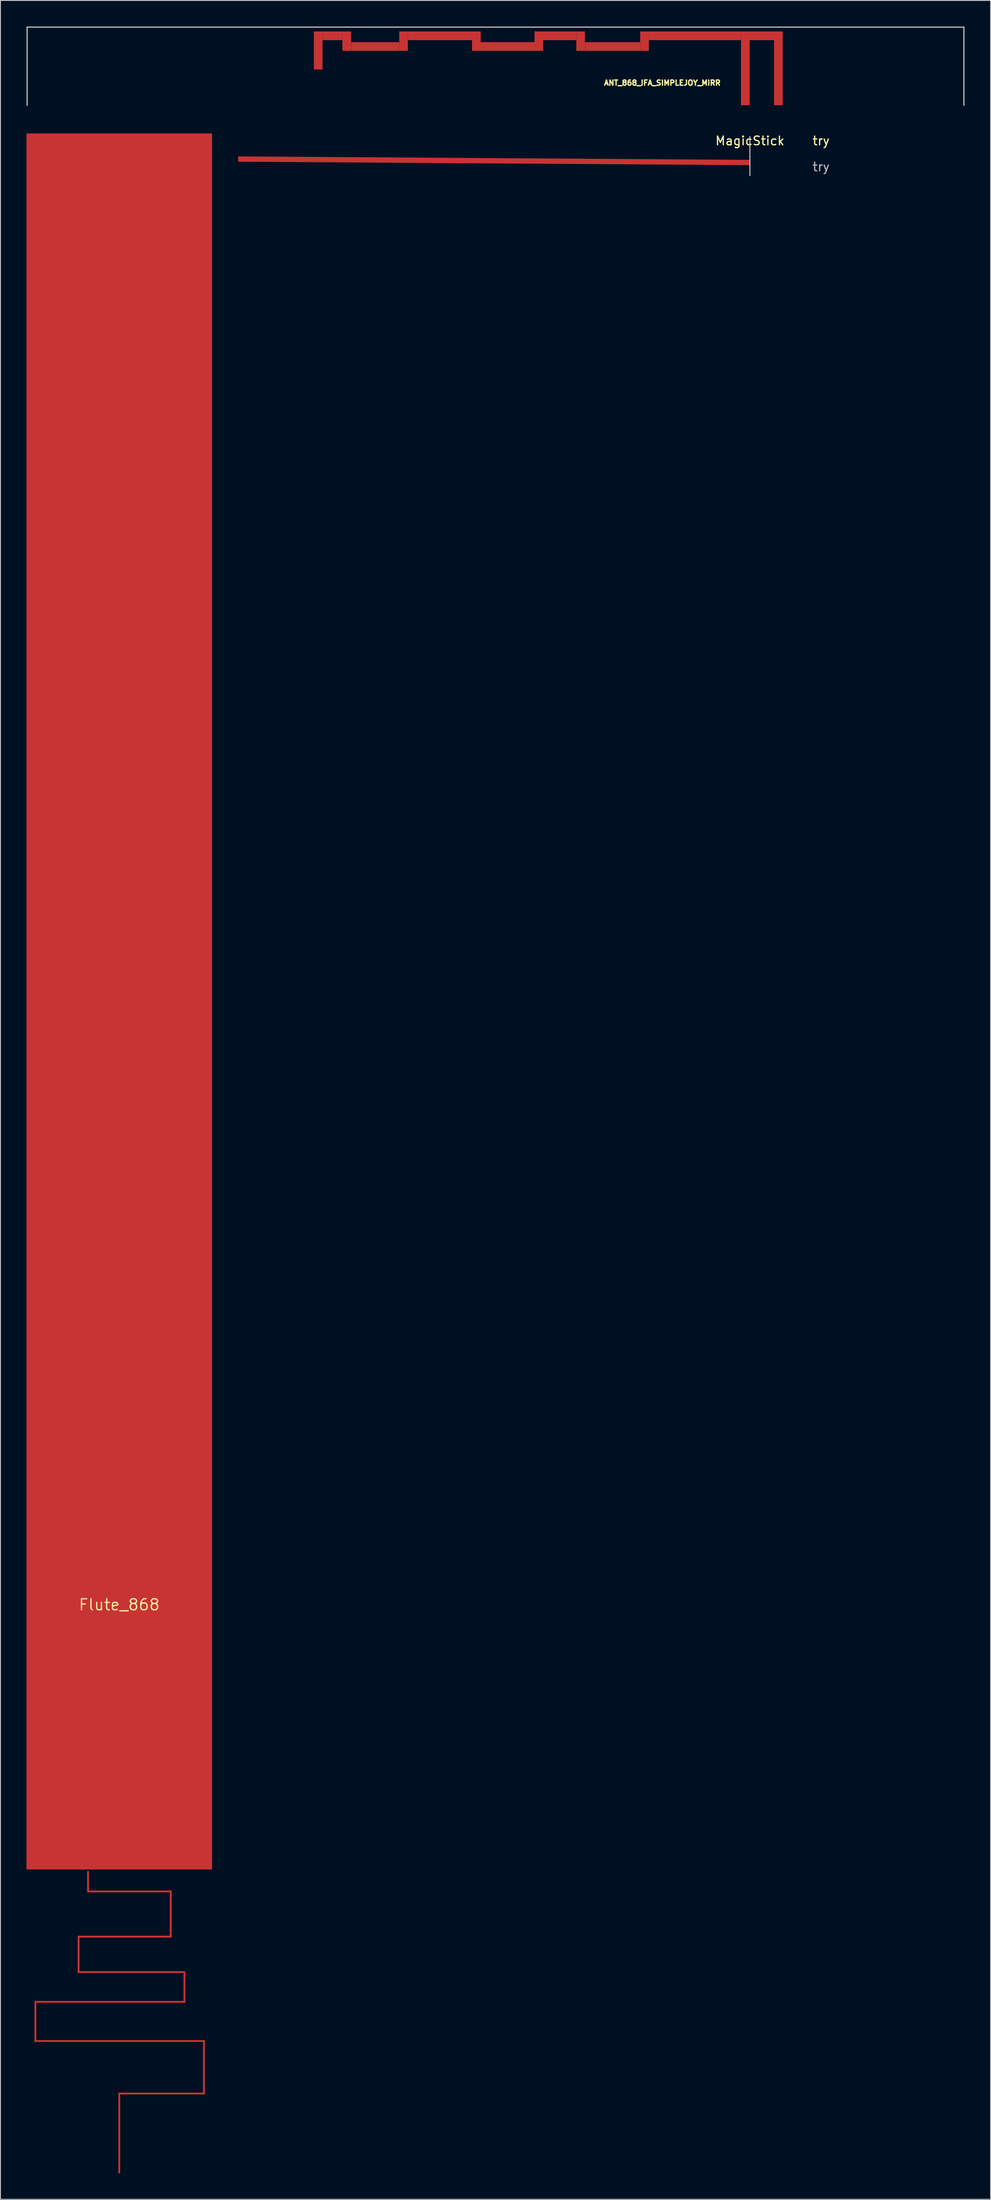
<source format=kicad_pcb>
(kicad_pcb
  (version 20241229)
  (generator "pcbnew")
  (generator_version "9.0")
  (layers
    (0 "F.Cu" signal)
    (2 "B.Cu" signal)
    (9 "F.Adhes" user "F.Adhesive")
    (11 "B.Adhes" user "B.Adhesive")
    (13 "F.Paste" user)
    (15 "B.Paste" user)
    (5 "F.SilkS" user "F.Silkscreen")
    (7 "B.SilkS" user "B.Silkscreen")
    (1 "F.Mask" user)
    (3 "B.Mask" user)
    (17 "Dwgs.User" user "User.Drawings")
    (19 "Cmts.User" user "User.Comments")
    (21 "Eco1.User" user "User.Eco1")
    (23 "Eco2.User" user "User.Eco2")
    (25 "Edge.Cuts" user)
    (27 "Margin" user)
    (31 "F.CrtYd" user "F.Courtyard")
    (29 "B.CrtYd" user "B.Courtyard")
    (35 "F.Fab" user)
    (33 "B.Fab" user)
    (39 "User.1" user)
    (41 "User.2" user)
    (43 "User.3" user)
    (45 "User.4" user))
  (footprint "ANT_868_IFA_SIMPLEJOY_MIRR"
    (layer "F.Cu")
    (at 82.875 9.075)
    (property "Reference" "ANT_868_IFA_SIMPLEJOY_MIRR" (at -9.57 -2.58 0) (layer "F.SilkS") (effects (font (size 0.6 0.6) (thickness 0.15))))
    (attr through_hole)
    (fp_line (start 3.8 -8) (end 0 -8) (stroke (width 1) (type solid)) (layer "F.Cu"))
    (fp_line (start -82.8 -9) (end -82.8 0) (stroke (width 0.15) (type solid)) (layer "F.Fab"))
    (fp_line (start 25.2 -9) (end -82.8 -9) (stroke (width 0.15) (type solid)) (layer "F.Fab"))
    (fp_line (start 25.2 0) (end 25.2 -9) (stroke (width 0.15) (type solid)) (layer "F.Fab"))
    (pad "1" smd rect (at -49.24 -6.31 270) (size 4.38 1) (layers "F.Cu"))
    (pad "1" smd rect (at -47.595 -8 270) (size 1 2.29) (layers "F.Cu"))
    (pad "1" smd rect (at -45.95 -7.385 270) (size 2.23 1) (layers "F.Cu"))
    (pad "1" smd rect (at -42.67 -6.77 270) (size 1 5.54) (layers "F.Cu"))
    (pad "1" smd rect (at -39.4 -7.385 270) (size 2.23 1) (layers "F.Cu"))
    (pad "1" smd rect (at -35.205 -8 270) (size 1 7.39) (layers "F.Cu"))
    (pad "1" smd rect (at -31.01 -7.385 270) (size 2.23 1) (layers "F.Cu"))
    (pad "1" smd rect (at -27.405 -6.77 270) (size 1 6.21) (layers "F.Cu"))
    (pad "1" smd rect (at -23.8 -7.385 270) (size 2.23 1) (layers "F.Cu"))
    (pad "1" smd rect (at -21.395 -8 270) (size 1 3.81) (layers "F.Cu"))
    (pad "1" smd rect (at -18.99 -7.385 270) (size 2.23 1) (layers "F.Cu"))
    (pad "1" smd rect (at -15.305 -6.77 270) (size 1 6.37) (layers "F.Cu"))
    (pad "1" smd rect (at -11.62 -7.385 270) (size 2.23 1) (layers "F.Cu"))
    (pad "1" smd rect (at -5.81 -8 270) (size 1 10.62) (layers "F.Cu"))
    (pad "1" smd rect (at 0 -4.25 270) (size 8.5 1) (layers "F.Cu"))
    (pad "2" smd rect (at 3.81 -4.25 270) (size 8.5 1) (layers "F.Cu")))
  (footprint "Flute_868"
    (layer "F.Cu")
    (at 10.7 181.826)
    (property "Reference" "Flute_868" (at 0 0 0) (layer "F.SilkS") (effects (font (size 1.27 1.27) (thickness 0.15))))
    (attr through_hole)
    (fp_poly (pts (xy -9.773 45.858) (xy -9.56 45.858) (xy -9.56 50.366) (xy -9.773 50.366)) (stroke (width 0.001) (type solid)) (fill yes) (layer "F.Cu"))
    (fp_poly (pts (xy -9.773 50.366) (xy 9.868 50.366) (xy 9.868 50.154) (xy -9.773 50.154)) (stroke (width 0.001) (type solid)) (fill yes) (layer "F.Cu"))
    (fp_poly (pts (xy -4.797 38.348) (xy -4.585 38.348) (xy -4.585 42.429) (xy -4.797 42.429)) (stroke (width 0.001) (type solid)) (fill yes) (layer "F.Cu"))
    (fp_poly (pts (xy -4.797 42.429) (xy 7.618 42.429) (xy 7.618 42.217) (xy -4.797 42.217)) (stroke (width 0.001) (type solid)) (fill yes) (layer "F.Cu"))
    (fp_poly (pts (xy -3.706 30.7) (xy -3.494 30.7) (xy -3.494 33.139) (xy -3.706 33.139)) (stroke (width 0.001) (type solid)) (fill yes) (layer "F.Cu"))
    (fp_poly (pts (xy -3.494 33.139) (xy 6.037 33.139) (xy 6.037 32.926) (xy -3.494 32.926)) (stroke (width 0.001) (type solid)) (fill yes) (layer "F.Cu"))
    (fp_poly (pts (xy -0.106 56.42) (xy 0.106 56.42) (xy 0.106 65.5) (xy -0.106 65.5)) (stroke (width 0.001) (type solid)) (fill yes) (layer "F.Cu"))
    (fp_poly (pts (xy 6.037 33.139) (xy 5.824 33.139) (xy 5.824 38.348) (xy 6.037 38.348)) (stroke (width 0.001) (type solid)) (fill yes) (layer "F.Cu"))
    (fp_poly (pts (xy 6.037 38.348) (xy -4.797 38.348) (xy -4.797 38.135) (xy 6.037 38.135)) (stroke (width 0.001) (type solid)) (fill yes) (layer "F.Cu"))
    (fp_poly (pts (xy 7.618 42.429) (xy 7.406 42.429) (xy 7.406 45.858) (xy 7.618 45.858)) (stroke (width 0.001) (type solid)) (fill yes) (layer "F.Cu"))
    (fp_poly (pts (xy 7.618 45.858) (xy -9.773 45.858) (xy -9.773 45.646) (xy 7.618 45.646)) (stroke (width 0.001) (type solid)) (fill yes) (layer "F.Cu"))
    (fp_poly (pts (xy 9.868 50.366) (xy 9.655 50.366) (xy 9.655 56.42) (xy 9.868 56.42)) (stroke (width 0.001) (type solid)) (fill yes) (layer "F.Cu"))
    (fp_poly (pts (xy 9.868 56.42) (xy -0.106 56.42) (xy -0.106 56.208) (xy 9.868 56.208)) (stroke (width 0.001) (type solid)) (fill yes) (layer "F.Cu"))
    (fp_poly (pts (xy 10.7 30.5) (xy -10.7 30.5) (xy -10.7 -169.5) (xy 10.7 -169.5)) (stroke (width 0.001) (type solid)) (fill yes) (layer "F.Cu")))
  (footprint "try"
    (layer "F.Cu")
    (at 91.608 13.673)
    (property "Reference" "try" (at 0 -0.5 0) (unlocked yes) (layer "F.SilkS") (effects (font (size 1 1) (thickness 0.15))))
    (attr smd)
    (fp_text user "${REFERENCE}" (at 0 2.5 0) (unlocked yes) (layer "F.Fab") (effects (font (size 1 1) (thickness 0.15)))))
  (footprint "MagicStick"
    (layer "F.Cu")
    (at 83.406 12.673)
    (property "Reference" "MagicStick" (at 0 0.5 0) (layer "F.SilkS") (effects (font (size 1 1) (thickness 0.15))))
    (attr through_hole)
    (fp_line (start 0 0) (end 0 4.5) (stroke (width 0.12) (type solid)) (layer "Dwgs.User"))
    (pad "1" smd custom (at -0.2 3) (size 0.3 0.3) (layers "F.Cu") (options (anchor circle)) (primitives (gr_poly (pts (xy 0.2 0.3) (xy -58.8 -0.1) (xy -58.8 -0.7) (xy 0.2 -0.3)) (width 0.01) (fill yes)))))
  (gr_rect
    (start -3 -3)
    (end 111.15 250.326)
    (stroke (width 0.1) (type default))
    (fill no)
    (layer "Edge.Cuts")))
</source>
